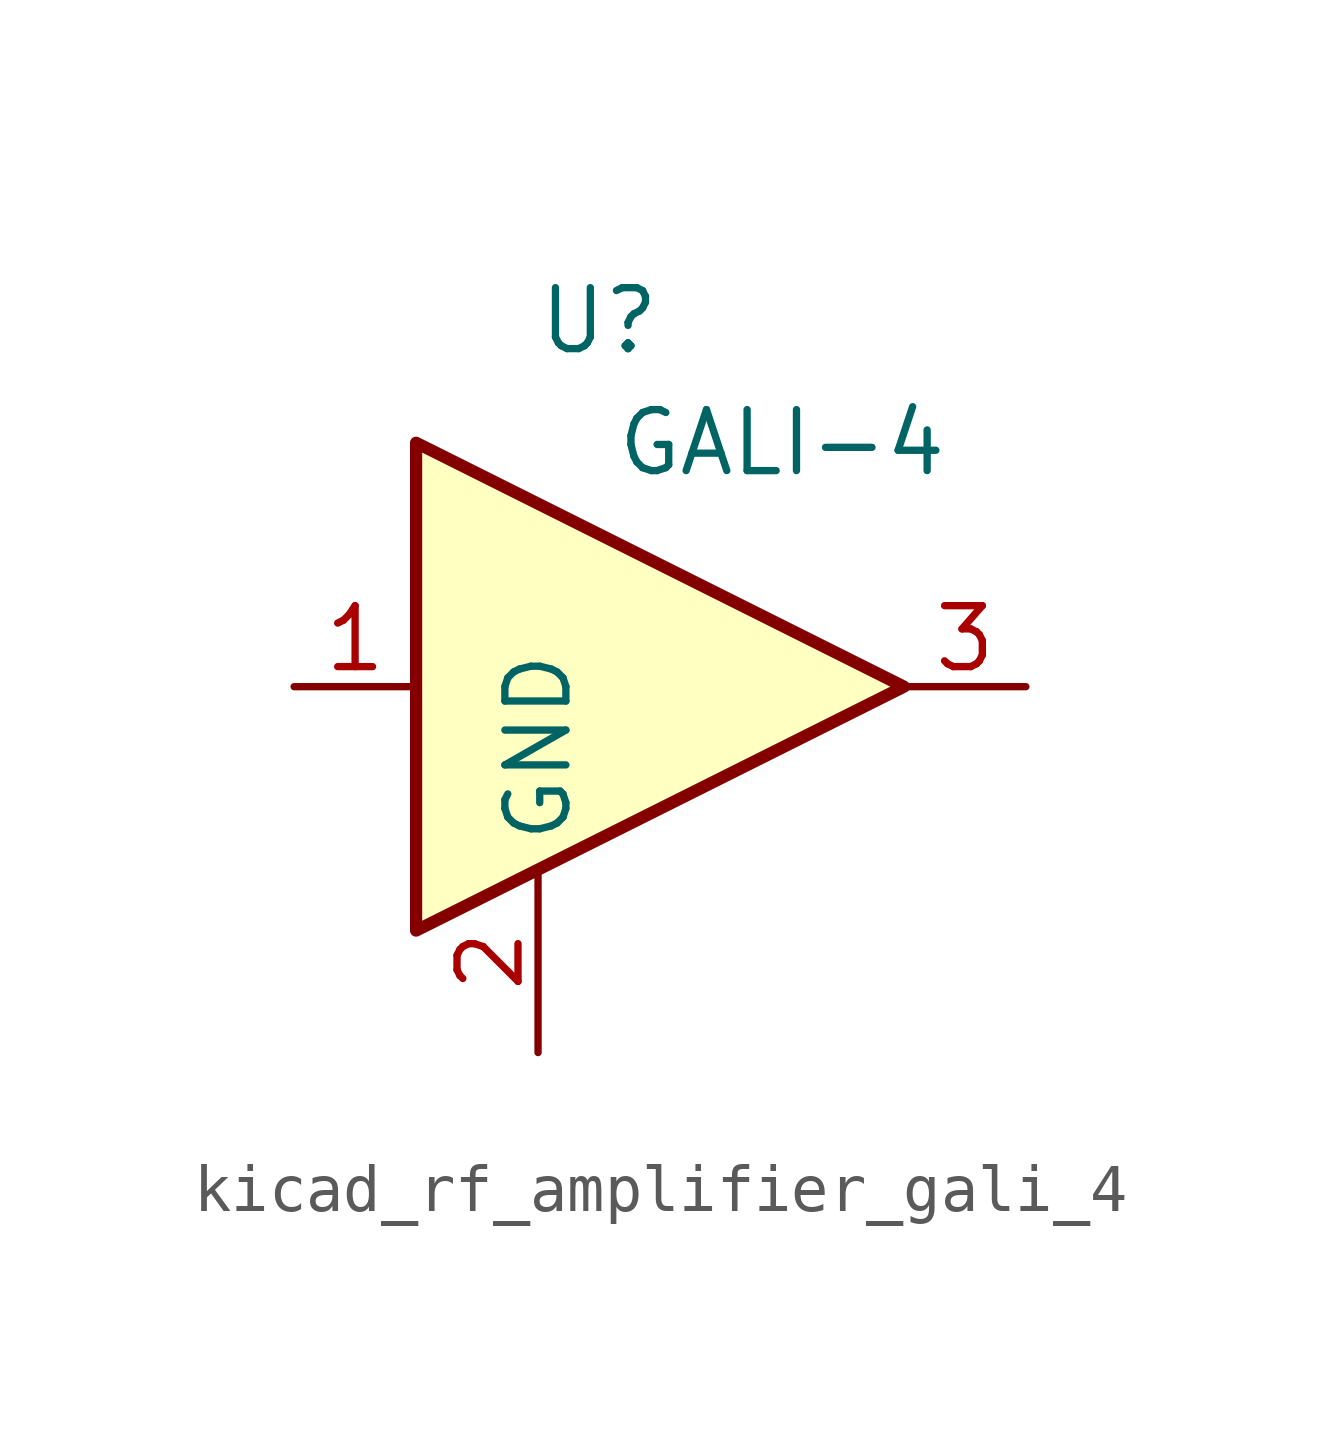
<source format=kicad_sym>
(kicad_symbol_lib
  (version 20220914)
  (generator kicad_symbol_editor)
  (symbol "kicad_rf_amplifier_gali_4"
    (property "Reference" "U"
      (at -1.27 7.62 0)
      (effects (font (size 1.27 1.27))))
    (property "Value" "GALI-4"
      (at 2.54 5.08 0)
      (effects (font (size 1.27 1.27))))
    (symbol "kicad_rf_amplifier_gali_4_0_1"
      (polyline (pts (xy 5.08 0) (xy -5.08 5.08) (xy -5.08 -5.08) (xy 5.08 0)) (stroke (width 0.254) (type default)) (fill (type background))))
    (symbol "kicad_rf_amplifier_gali_4_1_1"
      (pin input line (at -7.62 0 0) (length 2.54) (name "~" (effects (font (size 1.27 1.27)))) (number "1" (effects (font (size 1.27 1.27)))))
      (pin power_in line (at -2.54 -7.62 90) (length 3.81) (name "GND" (effects (font (size 1.27 1.27)))) (number "2" (effects (font (size 1.27 1.27)))))
      (pin output line (at 7.62 0 180) (length 2.54) (name "~" (effects (font (size 1.27 1.27)))) (number "3" (effects (font (size 1.27 1.27))))))))
</source>
